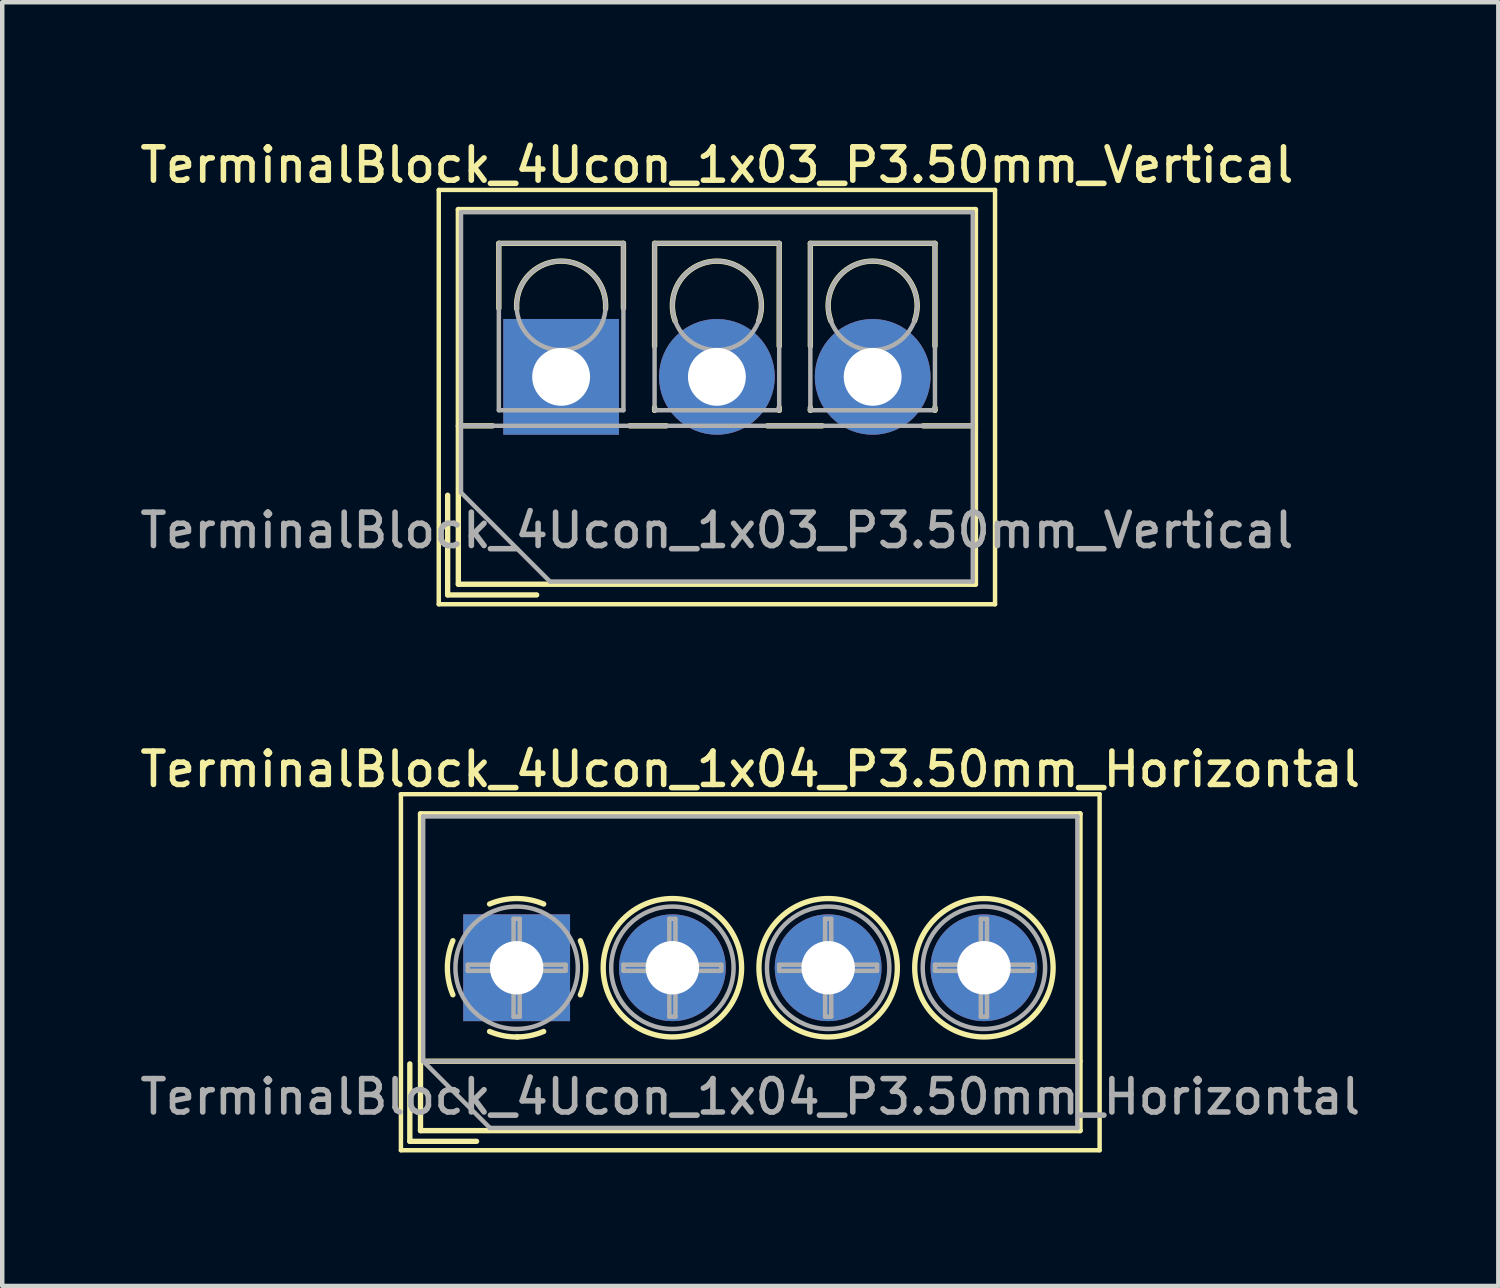
<source format=kicad_pcb>
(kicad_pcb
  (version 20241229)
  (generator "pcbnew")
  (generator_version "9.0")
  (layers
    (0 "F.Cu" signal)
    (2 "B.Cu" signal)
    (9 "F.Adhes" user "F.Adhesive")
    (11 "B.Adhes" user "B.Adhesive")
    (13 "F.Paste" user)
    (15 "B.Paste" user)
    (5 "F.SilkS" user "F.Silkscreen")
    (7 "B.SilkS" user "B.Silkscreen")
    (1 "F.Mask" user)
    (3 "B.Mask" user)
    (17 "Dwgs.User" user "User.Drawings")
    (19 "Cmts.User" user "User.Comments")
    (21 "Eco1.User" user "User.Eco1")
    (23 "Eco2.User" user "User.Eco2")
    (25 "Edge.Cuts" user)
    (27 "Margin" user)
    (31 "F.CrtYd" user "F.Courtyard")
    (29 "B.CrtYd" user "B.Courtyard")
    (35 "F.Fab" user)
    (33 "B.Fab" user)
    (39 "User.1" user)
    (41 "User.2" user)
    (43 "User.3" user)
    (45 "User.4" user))
  (footprint "TerminalBlock_4Ucon_1x04_P3.50mm_Horizontal"
    (layer "F.Cu")
    (at 8.559 18.696)
    (property "Reference" "TerminalBlock_4Ucon_1x04_P3.50mm_Horizontal" (at 5.25 -4.46 0) (layer "F.SilkS") (effects (font (size 0.75 0.75) (thickness 0.125))))
    (attr through_hole)
    (fp_line (start -2.6 -3.9) (end -2.6 4.1) (stroke (width 0.1) (type solid)) (layer "F.SilkS"))
    (fp_line (start -2.6 4.1) (end 13.1 4.1) (stroke (width 0.1) (type solid)) (layer "F.SilkS"))
    (fp_line (start -2.4 2.16) (end -2.4 3.9) (stroke (width 0.12) (type solid)) (layer "F.SilkS"))
    (fp_line (start -2.4 3.9) (end -0.9 3.9) (stroke (width 0.12) (type solid)) (layer "F.SilkS"))
    (fp_line (start -2.16 -3.46) (end -2.16 3.66) (stroke (width 0.12) (type solid)) (layer "F.SilkS"))
    (fp_line (start -2.16 -3.46) (end 12.66 -3.46) (stroke (width 0.12) (type solid)) (layer "F.SilkS"))
    (fp_line (start -2.16 2.1) (end 12.66 2.1) (stroke (width 0.12) (type solid)) (layer "F.SilkS"))
    (fp_line (start -2.16 3.66) (end 12.66 3.66) (stroke (width 0.12) (type solid)) (layer "F.SilkS"))
    (fp_line (start 12.66 -3.46) (end 12.66 3.66) (stroke (width 0.12) (type solid)) (layer "F.SilkS"))
    (fp_line (start 13.1 -3.9) (end -2.6 -3.9) (stroke (width 0.1) (type solid)) (layer "F.SilkS"))
    (fp_line (start 13.1 4.1) (end 13.1 -3.9) (stroke (width 0.1) (type solid)) (layer "F.SilkS"))
    (fp_arc (start -1.432109 0.607742) (mid -1.555727 -0.00014) (end -1.432 -0.608) (stroke (width 0.12) (type solid)) (layer "F.SilkS"))
    (fp_arc (start -0.607742 -1.432109) (mid 0.00014 -1.555727) (end 0.608 -1.432) (stroke (width 0.12) (type solid)) (layer "F.SilkS"))
    (fp_arc (start 0.027011 1.555493) (mid -0.296984 1.527118) (end -0.608 1.432) (stroke (width 0.12) (type solid)) (layer "F.SilkS"))
    (fp_arc (start 0.607587 1.431385) (mid 0.310017 1.523783) (end 0 1.555) (stroke (width 0.12) (type solid)) (layer "F.SilkS"))
    (fp_arc (start 1.432109 -0.607742) (mid 1.555727 0.00014) (end 1.432 0.608) (stroke (width 0.12) (type solid)) (layer "F.SilkS"))
    (fp_circle (center 3.5 0) (end 5.055 0) (stroke (width 0.12) (type solid)) (fill no) (layer "F.SilkS"))
    (fp_circle (center 7 0) (end 8.555 0) (stroke (width 0.12) (type solid)) (fill no) (layer "F.SilkS"))
    (fp_circle (center 10.5 0) (end 12.055 0) (stroke (width 0.12) (type solid)) (fill no) (layer "F.SilkS"))
    (fp_line (start -2.1 -3.4) (end 12.6 -3.4) (stroke (width 0.1) (type solid)) (layer "F.Fab"))
    (fp_line (start -2.1 2.1) (end -2.1 -3.4) (stroke (width 0.1) (type solid)) (layer "F.Fab"))
    (fp_line (start -2.1 2.1) (end 12.6 2.1) (stroke (width 0.1) (type solid)) (layer "F.Fab"))
    (fp_line (start -1.1 -0.069) (end -0.069 -0.069) (stroke (width 0.1) (type solid)) (layer "F.Fab"))
    (fp_line (start -1.1 0.069) (end -1.1 -0.069) (stroke (width 0.1) (type solid)) (layer "F.Fab"))
    (fp_line (start -0.6 3.6) (end -2.1 2.1) (stroke (width 0.1) (type solid)) (layer "F.Fab"))
    (fp_line (start -0.069 -1.1) (end 0.069 -1.1) (stroke (width 0.1) (type solid)) (layer "F.Fab"))
    (fp_line (start -0.069 -0.069) (end -0.069 -1.1) (stroke (width 0.1) (type solid)) (layer "F.Fab"))
    (fp_line (start -0.069 0.069) (end -1.1 0.069) (stroke (width 0.1) (type solid)) (layer "F.Fab"))
    (fp_line (start -0.069 1.1) (end -0.069 0.069) (stroke (width 0.1) (type solid)) (layer "F.Fab"))
    (fp_line (start 0.069 -1.1) (end 0.069 -0.069) (stroke (width 0.1) (type solid)) (layer "F.Fab"))
    (fp_line (start 0.069 -0.069) (end 1.1 -0.069) (stroke (width 0.1) (type solid)) (layer "F.Fab"))
    (fp_line (start 0.069 0.069) (end 0.069 1.1) (stroke (width 0.1) (type solid)) (layer "F.Fab"))
    (fp_line (start 0.069 1.1) (end -0.069 1.1) (stroke (width 0.1) (type solid)) (layer "F.Fab"))
    (fp_line (start 1.1 -0.069) (end 1.1 0.069) (stroke (width 0.1) (type solid)) (layer "F.Fab"))
    (fp_line (start 1.1 0.069) (end 0.069 0.069) (stroke (width 0.1) (type solid)) (layer "F.Fab"))
    (fp_line (start 2.4 -0.069) (end 3.431 -0.069) (stroke (width 0.1) (type solid)) (layer "F.Fab"))
    (fp_line (start 2.4 0.069) (end 2.4 -0.069) (stroke (width 0.1) (type solid)) (layer "F.Fab"))
    (fp_line (start 3.431 -1.1) (end 3.569 -1.1) (stroke (width 0.1) (type solid)) (layer "F.Fab"))
    (fp_line (start 3.431 -0.069) (end 3.431 -1.1) (stroke (width 0.1) (type solid)) (layer "F.Fab"))
    (fp_line (start 3.431 0.069) (end 2.4 0.069) (stroke (width 0.1) (type solid)) (layer "F.Fab"))
    (fp_line (start 3.431 1.1) (end 3.431 0.069) (stroke (width 0.1) (type solid)) (layer "F.Fab"))
    (fp_line (start 3.569 -1.1) (end 3.569 -0.069) (stroke (width 0.1) (type solid)) (layer "F.Fab"))
    (fp_line (start 3.569 -0.069) (end 4.6 -0.069) (stroke (width 0.1) (type solid)) (layer "F.Fab"))
    (fp_line (start 3.569 0.069) (end 3.569 1.1) (stroke (width 0.1) (type solid)) (layer "F.Fab"))
    (fp_line (start 3.569 1.1) (end 3.431 1.1) (stroke (width 0.1) (type solid)) (layer "F.Fab"))
    (fp_line (start 4.6 -0.069) (end 4.6 0.069) (stroke (width 0.1) (type solid)) (layer "F.Fab"))
    (fp_line (start 4.6 0.069) (end 3.569 0.069) (stroke (width 0.1) (type solid)) (layer "F.Fab"))
    (fp_line (start 5.9 -0.069) (end 6.931 -0.069) (stroke (width 0.1) (type solid)) (layer "F.Fab"))
    (fp_line (start 5.9 0.069) (end 5.9 -0.069) (stroke (width 0.1) (type solid)) (layer "F.Fab"))
    (fp_line (start 6.931 -1.1) (end 7.069 -1.1) (stroke (width 0.1) (type solid)) (layer "F.Fab"))
    (fp_line (start 6.931 -0.069) (end 6.931 -1.1) (stroke (width 0.1) (type solid)) (layer "F.Fab"))
    (fp_line (start 6.931 0.069) (end 5.9 0.069) (stroke (width 0.1) (type solid)) (layer "F.Fab"))
    (fp_line (start 6.931 1.1) (end 6.931 0.069) (stroke (width 0.1) (type solid)) (layer "F.Fab"))
    (fp_line (start 7.069 -1.1) (end 7.069 -0.069) (stroke (width 0.1) (type solid)) (layer "F.Fab"))
    (fp_line (start 7.069 -0.069) (end 8.1 -0.069) (stroke (width 0.1) (type solid)) (layer "F.Fab"))
    (fp_line (start 7.069 0.069) (end 7.069 1.1) (stroke (width 0.1) (type solid)) (layer "F.Fab"))
    (fp_line (start 7.069 1.1) (end 6.931 1.1) (stroke (width 0.1) (type solid)) (layer "F.Fab"))
    (fp_line (start 8.1 -0.069) (end 8.1 0.069) (stroke (width 0.1) (type solid)) (layer "F.Fab"))
    (fp_line (start 8.1 0.069) (end 7.069 0.069) (stroke (width 0.1) (type solid)) (layer "F.Fab"))
    (fp_line (start 9.4 -0.069) (end 10.431 -0.069) (stroke (width 0.1) (type solid)) (layer "F.Fab"))
    (fp_line (start 9.4 0.069) (end 9.4 -0.069) (stroke (width 0.1) (type solid)) (layer "F.Fab"))
    (fp_line (start 10.431 -1.1) (end 10.569 -1.1) (stroke (width 0.1) (type solid)) (layer "F.Fab"))
    (fp_line (start 10.431 -0.069) (end 10.431 -1.1) (stroke (width 0.1) (type solid)) (layer "F.Fab"))
    (fp_line (start 10.431 0.069) (end 9.4 0.069) (stroke (width 0.1) (type solid)) (layer "F.Fab"))
    (fp_line (start 10.431 1.1) (end 10.431 0.069) (stroke (width 0.1) (type solid)) (layer "F.Fab"))
    (fp_line (start 10.569 -1.1) (end 10.569 -0.069) (stroke (width 0.1) (type solid)) (layer "F.Fab"))
    (fp_line (start 10.569 -0.069) (end 11.6 -0.069) (stroke (width 0.1) (type solid)) (layer "F.Fab"))
    (fp_line (start 10.569 0.069) (end 10.569 1.1) (stroke (width 0.1) (type solid)) (layer "F.Fab"))
    (fp_line (start 10.569 1.1) (end 10.431 1.1) (stroke (width 0.1) (type solid)) (layer "F.Fab"))
    (fp_line (start 11.6 -0.069) (end 11.6 0.069) (stroke (width 0.1) (type solid)) (layer "F.Fab"))
    (fp_line (start 11.6 0.069) (end 10.569 0.069) (stroke (width 0.1) (type solid)) (layer "F.Fab"))
    (fp_line (start 12.6 -3.4) (end 12.6 3.6) (stroke (width 0.1) (type solid)) (layer "F.Fab"))
    (fp_line (start 12.6 3.6) (end -0.6 3.6) (stroke (width 0.1) (type solid)) (layer "F.Fab"))
    (fp_circle (center 0 0) (end 1.375 0) (stroke (width 0.1) (type solid)) (fill no) (layer "F.Fab"))
    (fp_circle (center 3.5 0) (end 4.875 0) (stroke (width 0.1) (type solid)) (fill no) (layer "F.Fab"))
    (fp_circle (center 7 0) (end 8.375 0) (stroke (width 0.1) (type solid)) (fill no) (layer "F.Fab"))
    (fp_circle (center 10.5 0) (end 11.875 0) (stroke (width 0.1) (type solid)) (fill no) (layer "F.Fab"))
    (fp_text user "${REFERENCE}" (at 5.25 2.9 0) (layer "F.Fab") (effects (font (size 0.75 0.75) (thickness 0.125))))
    (pad "1" thru_hole rect (at 0 0) (size 2.4 2.4) (drill 1.2) (layers "*.Cu" "*.Mask"))
    (pad "2" thru_hole circle (at 3.5 0) (size 2.4 2.4) (drill 1.2) (layers "*.Cu" "*.Mask"))
    (pad "3" thru_hole circle (at 7 0) (size 2.4 2.4) (drill 1.2) (layers "*.Cu" "*.Mask"))
    (pad "4" thru_hole circle (at 10.5 0) (size 2.4 2.4) (drill 1.2) (layers "*.Cu" "*.Mask")))
  (footprint "TerminalBlock_4Ucon_1x03_P3.50mm_Vertical"
    (layer "F.Cu")
    (at 9.559 5.418)
    (property "Reference" "TerminalBlock_4Ucon_1x03_P3.50mm_Vertical" (at 3.5 -4.76 0) (layer "F.SilkS") (effects (font (size 0.75 0.75) (thickness 0.125))))
    (attr through_hole)
    (fp_line (start -2.75 -4.2) (end -2.75 5.11) (stroke (width 0.1) (type solid)) (layer "F.SilkS"))
    (fp_line (start -2.75 5.11) (end 9.75 5.11) (stroke (width 0.1) (type solid)) (layer "F.SilkS"))
    (fp_line (start -2.55 2.66) (end -2.55 4.9) (stroke (width 0.12) (type solid)) (layer "F.SilkS"))
    (fp_line (start -2.55 4.9) (end -0.55 4.9) (stroke (width 0.12) (type solid)) (layer "F.SilkS"))
    (fp_line (start -2.31 -3.76) (end -2.31 4.66) (stroke (width 0.12) (type solid)) (layer "F.SilkS"))
    (fp_line (start -2.31 -3.76) (end 9.31 -3.76) (stroke (width 0.12) (type solid)) (layer "F.SilkS"))
    (fp_line (start -2.31 1.101) (end -1.54 1.101) (stroke (width 0.12) (type solid)) (layer "F.SilkS"))
    (fp_line (start -2.31 4.66) (end 9.31 4.66) (stroke (width 0.12) (type solid)) (layer "F.SilkS"))
    (fp_line (start -1.4 -3) (end -1.4 -1.54) (stroke (width 0.12) (type solid)) (layer "F.SilkS"))
    (fp_line (start -1.4 -3) (end 1.4 -3) (stroke (width 0.12) (type solid)) (layer "F.SilkS"))
    (fp_line (start 1.4 -3) (end 1.4 -1.54) (stroke (width 0.12) (type solid)) (layer "F.SilkS"))
    (fp_line (start 1.54 1.101) (end 2.367 1.101) (stroke (width 0.12) (type solid)) (layer "F.SilkS"))
    (fp_line (start 2.1 -3) (end 2.1 -0.689) (stroke (width 0.12) (type solid)) (layer "F.SilkS"))
    (fp_line (start 2.1 -3) (end 4.9 -3) (stroke (width 0.12) (type solid)) (layer "F.SilkS"))
    (fp_line (start 2.1 0.689) (end 2.1 0.75) (stroke (width 0.12) (type solid)) (layer "F.SilkS"))
    (fp_line (start 2.1 0.75) (end 2.101 0.75) (stroke (width 0.12) (type solid)) (layer "F.SilkS"))
    (fp_line (start 4.634 1.101) (end 5.867 1.101) (stroke (width 0.12) (type solid)) (layer "F.SilkS"))
    (fp_line (start 4.9 -3) (end 4.9 -0.689) (stroke (width 0.12) (type solid)) (layer "F.SilkS"))
    (fp_line (start 4.9 0.689) (end 4.9 0.75) (stroke (width 0.12) (type solid)) (layer "F.SilkS"))
    (fp_line (start 4.9 0.75) (end 4.9 0.75) (stroke (width 0.12) (type solid)) (layer "F.SilkS"))
    (fp_line (start 5.6 -3) (end 5.6 -0.689) (stroke (width 0.12) (type solid)) (layer "F.SilkS"))
    (fp_line (start 5.6 -3) (end 8.4 -3) (stroke (width 0.12) (type solid)) (layer "F.SilkS"))
    (fp_line (start 5.6 0.689) (end 5.6 0.75) (stroke (width 0.12) (type solid)) (layer "F.SilkS"))
    (fp_line (start 5.6 0.75) (end 5.601 0.75) (stroke (width 0.12) (type solid)) (layer "F.SilkS"))
    (fp_line (start 8.134 1.101) (end 9.31 1.101) (stroke (width 0.12) (type solid)) (layer "F.SilkS"))
    (fp_line (start 8.4 -3) (end 8.4 -0.689) (stroke (width 0.12) (type solid)) (layer "F.SilkS"))
    (fp_line (start 8.4 0.689) (end 8.4 0.75) (stroke (width 0.12) (type solid)) (layer "F.SilkS"))
    (fp_line (start 8.4 0.75) (end 8.4 0.75) (stroke (width 0.12) (type solid)) (layer "F.SilkS"))
    (fp_line (start 9.31 -3.76) (end 9.31 4.66) (stroke (width 0.12) (type solid)) (layer "F.SilkS"))
    (fp_line (start 9.75 -4.2) (end -2.75 -4.2) (stroke (width 0.1) (type solid)) (layer "F.SilkS"))
    (fp_line (start 9.75 5.11) (end 9.75 -4.2) (stroke (width 0.1) (type solid)) (layer "F.SilkS"))
    (fp_arc (start -0.99789 -1.529434) (mid -0.000785 -2.600382) (end 0.998 -1.531) (stroke (width 0.12) (type solid)) (layer "F.SilkS"))
    (fp_arc (start 2.560085 -1.257767) (mid 3.499876 -2.600282) (end 4.44 -1.258) (stroke (width 0.12) (type solid)) (layer "F.SilkS"))
    (fp_arc (start 6.060085 -1.257767) (mid 6.999876 -2.600282) (end 7.94 -1.258) (stroke (width 0.12) (type solid)) (layer "F.SilkS"))
    (fp_line (start -2.25 -3.7) (end 9.25 -3.7) (stroke (width 0.1) (type solid)) (layer "F.Fab"))
    (fp_line (start -2.25 1.1) (end 9.25 1.1) (stroke (width 0.1) (type solid)) (layer "F.Fab"))
    (fp_line (start -2.25 2.6) (end -2.25 -3.7) (stroke (width 0.1) (type solid)) (layer "F.Fab"))
    (fp_line (start -1.4 -3) (end -1.4 0.75) (stroke (width 0.1) (type solid)) (layer "F.Fab"))
    (fp_line (start -1.4 0.75) (end 1.4 0.75) (stroke (width 0.1) (type solid)) (layer "F.Fab"))
    (fp_line (start -0.25 4.6) (end -2.25 2.6) (stroke (width 0.1) (type solid)) (layer "F.Fab"))
    (fp_line (start 1.4 -3) (end -1.4 -3) (stroke (width 0.1) (type solid)) (layer "F.Fab"))
    (fp_line (start 1.4 0.75) (end 1.4 -3) (stroke (width 0.1) (type solid)) (layer "F.Fab"))
    (fp_line (start 2.1 -3) (end 2.1 0.75) (stroke (width 0.1) (type solid)) (layer "F.Fab"))
    (fp_line (start 2.1 0.75) (end 4.9 0.75) (stroke (width 0.1) (type solid)) (layer "F.Fab"))
    (fp_line (start 4.9 -3) (end 2.1 -3) (stroke (width 0.1) (type solid)) (layer "F.Fab"))
    (fp_line (start 4.9 0.75) (end 4.9 -3) (stroke (width 0.1) (type solid)) (layer "F.Fab"))
    (fp_line (start 5.6 -3) (end 5.6 0.75) (stroke (width 0.1) (type solid)) (layer "F.Fab"))
    (fp_line (start 5.6 0.75) (end 8.4 0.75) (stroke (width 0.1) (type solid)) (layer "F.Fab"))
    (fp_line (start 8.4 -3) (end 5.6 -3) (stroke (width 0.1) (type solid)) (layer "F.Fab"))
    (fp_line (start 8.4 0.75) (end 8.4 -3) (stroke (width 0.1) (type solid)) (layer "F.Fab"))
    (fp_line (start 9.25 -3.7) (end 9.25 4.6) (stroke (width 0.1) (type solid)) (layer "F.Fab"))
    (fp_line (start 9.25 4.6) (end -0.25 4.6) (stroke (width 0.1) (type solid)) (layer "F.Fab"))
    (fp_circle (center 0 -1.6) (end 1 -1.6) (stroke (width 0.1) (type solid)) (fill no) (layer "F.Fab"))
    (fp_circle (center 3.5 -1.6) (end 4.5 -1.6) (stroke (width 0.1) (type solid)) (fill no) (layer "F.Fab"))
    (fp_circle (center 7 -1.6) (end 8 -1.6) (stroke (width 0.1) (type solid)) (fill no) (layer "F.Fab"))
    (fp_text user "${REFERENCE}" (at 3.5 3.45 0) (layer "F.Fab") (effects (font (size 0.75 0.75) (thickness 0.125))))
    (pad "1" thru_hole rect (at 0 0) (size 2.6 2.6) (drill 1.3) (layers "*.Cu" "*.Mask"))
    (pad "2" thru_hole circle (at 3.5 0) (size 2.6 2.6) (drill 1.3) (layers "*.Cu" "*.Mask"))
    (pad "3" thru_hole circle (at 7 0) (size 2.6 2.6) (drill 1.3) (layers "*.Cu" "*.Mask")))
  (gr_rect
    (start -3 -3)
    (end 30.618 25.846)
    (stroke (width 0.1) (type default))
    (fill no)
    (layer "Edge.Cuts")))
</source>
